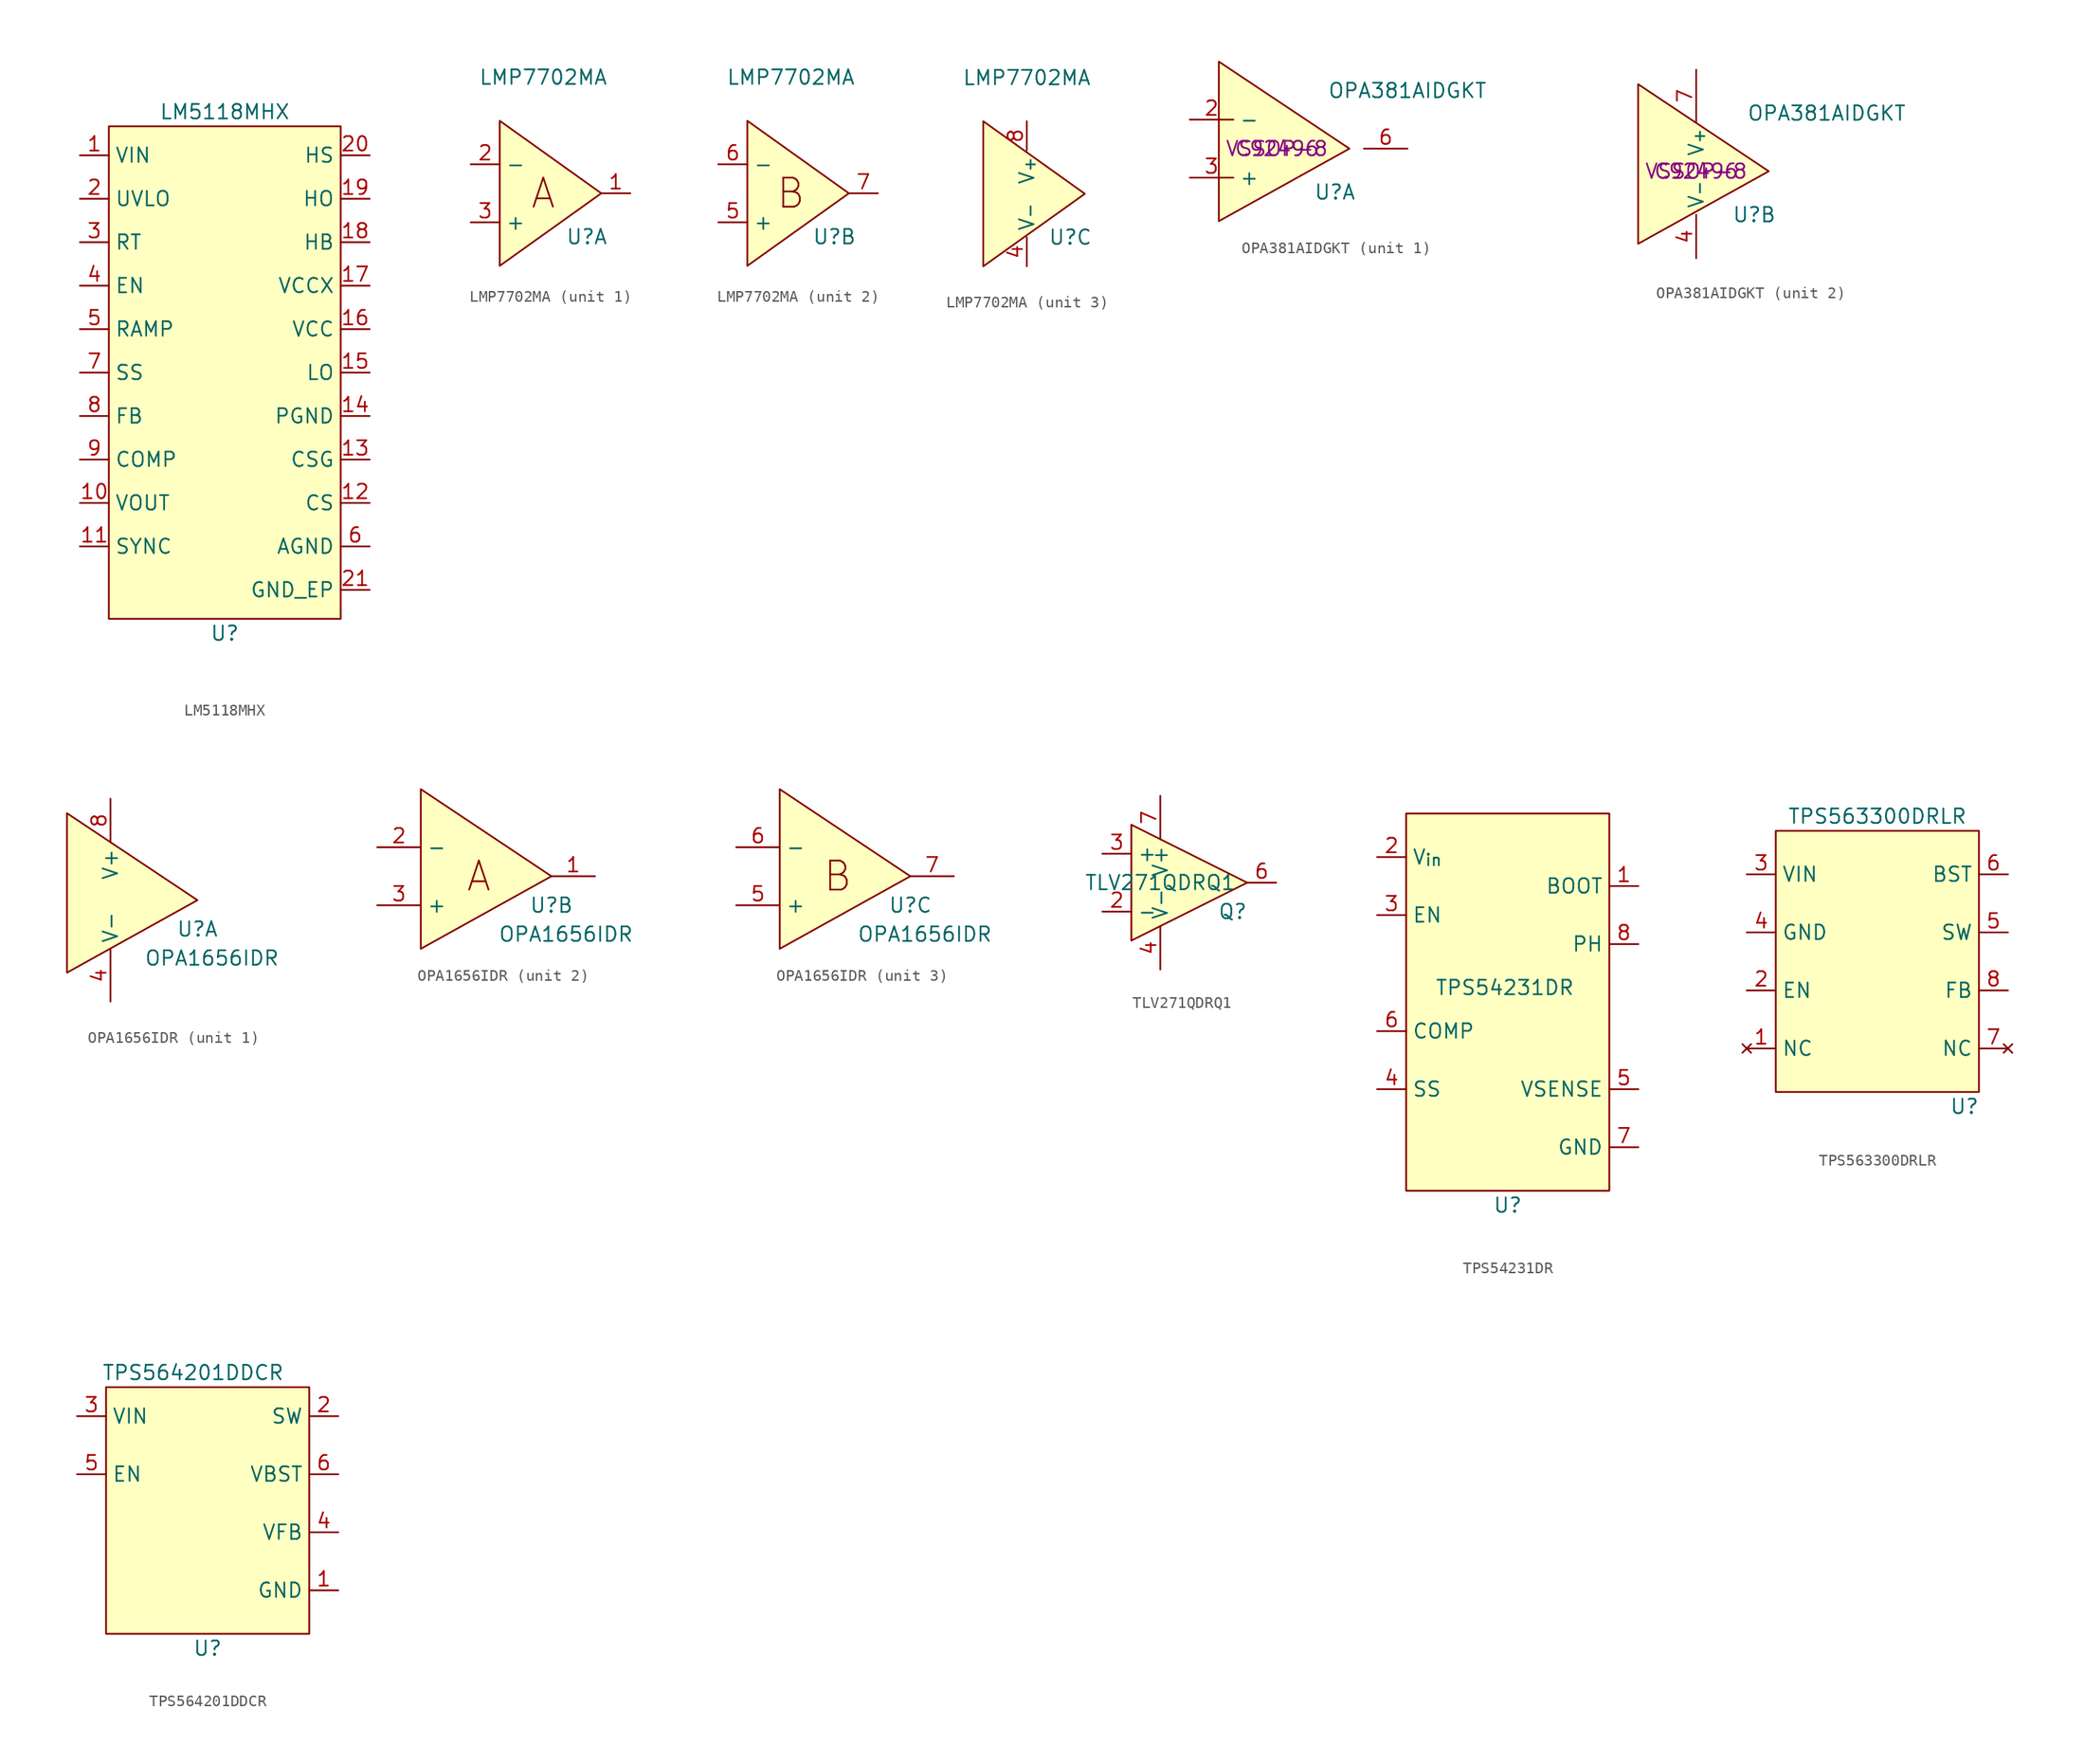
<source format=kicad_sym>
(kicad_symbol_lib
  (version 20241209)
  (generator "kicad_symbol_editor")
  (generator_version "9.0")
  (symbol "LM5118MHX"
    (property "Reference" "U"
      (at 0 -22.86 0)
      (effects (font (size 1.27 1.27))))
    (property "Value" "LM5118MHX"
      (at 0 22.86 0)
      (effects (font (size 1.27 1.27))))
    (symbol "LM5118MHX_1_0"
      (pin power_in line (at 12.7 -19.05 180) (length 2.54) (name "GND_EP" (effects (font (size 1.27 1.27)))) (number "21" (effects (font (size 1.27 1.27))))))
    (symbol "LM5118MHX_1_1"
      (rectangle (start -10.16 21.59) (end 10.16 -21.59) (stroke (width 0) (type default)) (fill (type background)))
      (pin power_in line (at -12.7 19.05 0) (length 2.54) (name "VIN" (effects (font (size 1.27 1.27)))) (number "1" (effects (font (size 1.27 1.27)))))
      (pin input line (at -12.7 15.24 0) (length 2.54) (name "UVLO" (effects (font (size 1.27 1.27)))) (number "2" (effects (font (size 1.27 1.27)))))
      (pin input line (at -12.7 11.43 0) (length 2.54) (name "RT" (effects (font (size 1.27 1.27)))) (number "3" (effects (font (size 1.27 1.27)))))
      (pin input line (at -12.7 7.62 0) (length 2.54) (name "EN" (effects (font (size 1.27 1.27)))) (number "4" (effects (font (size 1.27 1.27)))))
      (pin input line (at -12.7 3.81 0) (length 2.54) (name "RAMP" (effects (font (size 1.27 1.27)))) (number "5" (effects (font (size 1.27 1.27)))))
      (pin input line (at -12.7 0 0) (length 2.54) (name "SS" (effects (font (size 1.27 1.27)))) (number "7" (effects (font (size 1.27 1.27)))))
      (pin input line (at -12.7 -3.81 0) (length 2.54) (name "FB" (effects (font (size 1.27 1.27)))) (number "8" (effects (font (size 1.27 1.27)))))
      (pin output line (at -12.7 -7.62 0) (length 2.54) (name "COMP" (effects (font (size 1.27 1.27)))) (number "9" (effects (font (size 1.27 1.27)))))
      (pin input line (at -12.7 -11.43 0) (length 2.54) (name "VOUT" (effects (font (size 1.27 1.27)))) (number "10" (effects (font (size 1.27 1.27)))))
      (pin input line (at -12.7 -15.24 0) (length 2.54) (name "SYNC" (effects (font (size 1.27 1.27)))) (number "11" (effects (font (size 1.27 1.27)))))
      (pin input line (at 12.7 19.05 180) (length 2.54) (name "HS" (effects (font (size 1.27 1.27)))) (number "20" (effects (font (size 1.27 1.27)))))
      (pin output line (at 12.7 15.24 180) (length 2.54) (name "HO" (effects (font (size 1.27 1.27)))) (number "19" (effects (font (size 1.27 1.27)))))
      (pin input line (at 12.7 11.43 180) (length 2.54) (name "HB" (effects (font (size 1.27 1.27)))) (number "18" (effects (font (size 1.27 1.27)))))
      (pin power_in line (at 12.7 7.62 180) (length 2.54) (name "VCCX" (effects (font (size 1.27 1.27)))) (number "17" (effects (font (size 1.27 1.27)))))
      (pin power_in line (at 12.7 3.81 180) (length 2.54) (name "VCC" (effects (font (size 1.27 1.27)))) (number "16" (effects (font (size 1.27 1.27)))))
      (pin output line (at 12.7 0 180) (length 2.54) (name "LO" (effects (font (size 1.27 1.27)))) (number "15" (effects (font (size 1.27 1.27)))))
      (pin power_in line (at 12.7 -3.81 180) (length 2.54) (name "PGND" (effects (font (size 1.27 1.27)))) (number "14" (effects (font (size 1.27 1.27)))))
      (pin input line (at 12.7 -7.62 180) (length 2.54) (name "CSG" (effects (font (size 1.27 1.27)))) (number "13" (effects (font (size 1.27 1.27)))))
      (pin input line (at 12.7 -11.43 180) (length 2.54) (name "CS" (effects (font (size 1.27 1.27)))) (number "12" (effects (font (size 1.27 1.27)))))
      (pin power_in line (at 12.7 -15.24 180) (length 2.54) (name "AGND" (effects (font (size 1.27 1.27)))) (number "6" (effects (font (size 1.27 1.27)))))))
  (symbol "LMP7702MA"
    (property "Reference" "U"
      (at 3.81 -3.81 0)
      (effects (font (size 1.27 1.27))))
    (property "Value" "LMP7702MA"
      (at 0 10.16 0)
      (effects (font (size 1.27 1.27))))
    (property "ki_locked" ""
      (at 0 0 0)
      (effects (font (size 1.27 1.27))))
    (symbol "LMP7702MA_0_1"
      (polyline (pts (xy -3.81 6.35) (xy -3.81 -6.35) (xy 5.08 0) (xy -3.81 6.35)) (stroke (width 0) (type default)) (fill (type background))))
    (symbol "LMP7702MA_1_1"
      (text "A" (at 0 0 0) (effects (font (size 2.54 2.54))))
      (pin passive line (at -6.35 2.54 0) (length 2.54) (name "-" (effects (font (size 1.27 1.27)))) (number "2" (effects (font (size 1.27 1.27)))))
      (pin passive line (at -6.35 -2.54 0) (length 2.54) (name "+" (effects (font (size 1.27 1.27)))) (number "3" (effects (font (size 1.27 1.27)))))
      (pin passive line (at 7.62 0 180) (length 2.54) (name "" (effects (font (size 1.27 1.27)))) (number "1" (effects (font (size 1.27 1.27))))))
    (symbol "LMP7702MA_2_1"
      (text "B" (at 0 0 0) (effects (font (size 2.54 2.54))))
      (pin passive line (at -6.35 2.54 0) (length 2.54) (name "-" (effects (font (size 1.27 1.27)))) (number "6" (effects (font (size 1.27 1.27)))))
      (pin passive line (at -6.35 -2.54 0) (length 2.54) (name "+" (effects (font (size 1.27 1.27)))) (number "5" (effects (font (size 1.27 1.27)))))
      (pin passive line (at 7.62 0 180) (length 2.54) (name "" (effects (font (size 1.27 1.27)))) (number "7" (effects (font (size 1.27 1.27))))))
    (symbol "LMP7702MA_3_1"
      (pin power_in line (at 0 6.35 270) (length 2.54) (name "V_{+}" (effects (font (size 1.27 1.27)))) (number "8" (effects (font (size 1.27 1.27)))))
      (pin power_in line (at 0 -6.35 90) (length 2.54) (name "V_{-}" (effects (font (size 1.27 1.27)))) (number "4" (effects (font (size 1.27 1.27)))))))
  (symbol "OPA381AIDGKT"
    (property "Reference" "U"
      (at 5.08 -3.81 0)
      (effects (font (size 1.27 1.27))))
    (property "Value" "OPA381AIDGKT"
      (at 11.43 5.08 0)
      (effects (font (size 1.27 1.27))))
    (property "JLC_PCB" "C92496"
      (at 0 0 0)
      (effects (font (size 1.27 1.27))))
    (property "Package" "VSSOP-8"
      (at 0 0 0)
      (effects (font (size 1.27 1.27))))
    (property "ki_locked" ""
      (at 0 0 0)
      (effects (font (size 1.27 1.27))))
    (symbol "OPA381AIDGKT_0_1"
      (polyline (pts (xy -5.08 7.62) (xy 6.35 0) (xy -5.08 -6.35) (xy -5.08 7.62)) (stroke (width 0) (type default)) (fill (type background))))
    (symbol "OPA381AIDGKT_1_1"
      (pin passive line (at -7.62 2.54 0) (length 3.81) (name "-" (effects (font (size 1.27 1.27)))) (number "2" (effects (font (size 1.27 1.27)))))
      (pin passive line (at -7.62 -2.54 0) (length 3.81) (name "+" (effects (font (size 1.27 1.27)))) (number "3" (effects (font (size 1.27 1.27)))))
      (pin passive line (at 11.43 0 180) (length 3.81) (name "" (effects (font (size 1.27 1.27)))) (number "6" (effects (font (size 1.27 1.27))))))
    (symbol "OPA381AIDGKT_2_1"
      (pin no_connect line (at -8.89 3.81 0) (length 3.81) (hide yes) (name "NC" (effects (font (size 1.27 1.27)))) (number "1" (effects (font (size 1.27 1.27)))))
      (pin no_connect line (at -8.89 0 0) (length 3.81) (hide yes) (name "NC" (effects (font (size 1.27 1.27)))) (number "5" (effects (font (size 1.27 1.27)))))
      (pin no_connect line (at -8.89 -3.81 0) (length 3.81) (hide yes) (name "NC" (effects (font (size 1.27 1.27)))) (number "8" (effects (font (size 1.27 1.27)))))
      (pin passive line (at 0 8.89 270) (length 4.572) (name "V_{+}" (effects (font (size 1.27 1.27)))) (number "7" (effects (font (size 1.27 1.27)))))
      (pin passive line (at 0 -7.62 90) (length 3.81) (name "V_{-}" (effects (font (size 1.27 1.27)))) (number "4" (effects (font (size 1.27 1.27)))))))
  (symbol "OPA1656IDR"
    (property "Reference" "U"
      (at 7.62 -2.54 0)
      (effects (font (size 1.27 1.27))))
    (property "Value" "OPA1656IDR"
      (at 8.89 -5.08 0)
      (effects (font (size 1.27 1.27))))
    (symbol "OPA1656IDR_0_1"
      (polyline (pts (xy -3.81 7.62) (xy 7.62 0) (xy -3.81 -6.35) (xy -3.81 7.62)) (stroke (width 0) (type default)) (fill (type background))))
    (symbol "OPA1656IDR_1_1"
      (pin power_in line (at 0 8.89 270) (length 3.81) (name "V+" (effects (font (size 1.27 1.27)))) (number "8" (effects (font (size 1.27 1.27)))))
      (pin power_in line (at 0 -8.89 90) (length 4.572) (name "V-" (effects (font (size 1.27 1.27)))) (number "4" (effects (font (size 1.27 1.27))))))
    (symbol "OPA1656IDR_2_1"
      (text "A" (at 1.27 0 0) (effects (font (size 2.54 2.54))))
      (pin passive line (at -7.62 2.54 0) (length 3.81) (name "-" (effects (font (size 1.27 1.27)))) (number "2" (effects (font (size 1.27 1.27)))))
      (pin passive line (at -7.62 -2.54 0) (length 3.81) (name "+" (effects (font (size 1.27 1.27)))) (number "3" (effects (font (size 1.27 1.27)))))
      (pin passive line (at 11.43 0 180) (length 3.81) (name "" (effects (font (size 1.27 1.27)))) (number "1" (effects (font (size 1.27 1.27))))))
    (symbol "OPA1656IDR_3_1"
      (text "B" (at 1.27 0 0) (effects (font (size 2.54 2.54))))
      (pin passive line (at -7.62 2.54 0) (length 3.81) (name "-" (effects (font (size 1.27 1.27)))) (number "6" (effects (font (size 1.27 1.27)))))
      (pin passive line (at -7.62 -2.54 0) (length 3.81) (name "+" (effects (font (size 1.27 1.27)))) (number "5" (effects (font (size 1.27 1.27)))))
      (pin passive line (at 11.43 0 180) (length 3.81) (name "" (effects (font (size 1.27 1.27)))) (number "7" (effects (font (size 1.27 1.27)))))))
  (symbol "TLV271QDRQ1"
    (property "Reference" "Q"
      (at 6.35 -2.54 0)
      (effects (font (size 1.27 1.27))))
    (property "Value" "TLV271QDRQ1"
      (at 0 0 0)
      (effects (font (size 1.27 1.27))))
    (symbol "TLV271QDRQ1_0_1"
      (polyline (pts (xy -2.54 5.08) (xy -2.54 -5.08) (xy 7.62 0) (xy -2.54 5.08)) (stroke (width 0) (type default)) (fill (type background))))
    (symbol "TLV271QDRQ1_1_1"
      (pin input line (at -5.08 2.54 0) (length 2.54) (name "+" (effects (font (size 1.27 1.27)))) (number "3" (effects (font (size 1.27 1.27)))))
      (pin input line (at -5.08 -2.54 0) (length 2.54) (name "-" (effects (font (size 1.27 1.27)))) (number "2" (effects (font (size 1.27 1.27)))))
      (pin no_connect line (at -2.54 0 0) (length 3.81) (hide yes) (name "NC" (effects (font (size 1.27 1.27)))) (number "1" (effects (font (size 1.27 1.27)))))
      (pin power_in line (at 0 7.62 270) (length 3.81) (name "V+" (effects (font (size 1.27 1.27)))) (number "7" (effects (font (size 1.27 1.27)))))
      (pin power_in line (at 0 -7.62 90) (length 3.81) (name "V-" (effects (font (size 1.27 1.27)))) (number "4" (effects (font (size 1.27 1.27)))))
      (pin no_connect line (at 2.54 2.54 270) (length 3.81) (hide yes) (name "NC" (effects (font (size 1.27 1.27)))) (number "8" (effects (font (size 1.27 1.27)))))
      (pin no_connect line (at 2.54 -2.54 90) (length 3.81) (hide yes) (name "NC" (effects (font (size 1.27 1.27)))) (number "5" (effects (font (size 1.27 1.27)))))
      (pin output line (at 10.16 0 180) (length 2.54) (name "~" (effects (font (size 1.27 1.27)))) (number "6" (effects (font (size 1.27 1.27)))))))
  (symbol "TPS54231DR"
    (property "Reference" "U"
      (at 0 -19.05 0)
      (effects (font (size 1.27 1.27))))
    (property "Value" "TPS54231DR"
      (at -0.254 0 0)
      (effects (font (size 1.27 1.27))))
    (symbol "TPS54231DR_0_1"
      (rectangle (start -8.89 15.24) (end 8.89 -17.78) (stroke (width 0) (type default)) (fill (type background))))
    (symbol "TPS54231DR_1_1"
      (pin power_in line (at -11.43 11.43 0) (length 2.54) (name "V_{in}" (effects (font (size 1.27 1.27)))) (number "2" (effects (font (size 1.27 1.27)))))
      (pin input line (at -11.43 6.35 0) (length 2.54) (name "EN" (effects (font (size 1.27 1.27)))) (number "3" (effects (font (size 1.27 1.27)))))
      (pin passive line (at -11.43 -3.81 0) (length 2.54) (name "COMP" (effects (font (size 1.27 1.27)))) (number "6" (effects (font (size 1.27 1.27)))))
      (pin passive line (at -11.43 -8.89 0) (length 2.54) (name "SS" (effects (font (size 1.27 1.27)))) (number "4" (effects (font (size 1.27 1.27)))))
      (pin input line (at 11.43 8.89 180) (length 2.54) (name "BOOT" (effects (font (size 1.27 1.27)))) (number "1" (effects (font (size 1.27 1.27)))))
      (pin passive line (at 11.43 3.81 180) (length 2.54) (name "PH" (effects (font (size 1.27 1.27)))) (number "8" (effects (font (size 1.27 1.27)))))
      (pin input line (at 11.43 -8.89 180) (length 2.54) (name "VSENSE" (effects (font (size 1.27 1.27)))) (number "5" (effects (font (size 1.27 1.27)))))
      (pin power_in line (at 11.43 -13.97 180) (length 2.54) (name "GND" (effects (font (size 1.27 1.27)))) (number "7" (effects (font (size 1.27 1.27)))))))
  (symbol "TPS563300DRLR"
    (property "Reference" "U"
      (at 7.62 -12.7 0)
      (effects (font (size 1.27 1.27))))
    (property "Value" "TPS563300DRLR"
      (at 0 12.7 0)
      (effects (font (size 1.27 1.27))))
    (symbol "TPS563300DRLR_1_1"
      (rectangle (start -8.89 11.43) (end 8.89 -11.43) (stroke (width 0) (type default)) (fill (type background)))
      (pin power_in line (at -11.43 7.62 0) (length 2.54) (name "VIN" (effects (font (size 1.27 1.27)))) (number "3" (effects (font (size 1.27 1.27)))))
      (pin power_in line (at -11.43 2.54 0) (length 2.54) (name "GND" (effects (font (size 1.27 1.27)))) (number "4" (effects (font (size 1.27 1.27)))))
      (pin passive line (at -11.43 -2.54 0) (length 2.54) (name "EN" (effects (font (size 1.27 1.27)))) (number "2" (effects (font (size 1.27 1.27)))))
      (pin no_connect line (at -11.43 -7.62 0) (length 2.54) (name "NC" (effects (font (size 1.27 1.27)))) (number "1" (effects (font (size 1.27 1.27)))))
      (pin passive line (at 11.43 7.62 180) (length 2.54) (name "BST" (effects (font (size 1.27 1.27)))) (number "6" (effects (font (size 1.27 1.27)))))
      (pin passive line (at 11.43 2.54 180) (length 2.54) (name "SW" (effects (font (size 1.27 1.27)))) (number "5" (effects (font (size 1.27 1.27)))))
      (pin input line (at 11.43 -2.54 180) (length 2.54) (name "FB" (effects (font (size 1.27 1.27)))) (number "8" (effects (font (size 1.27 1.27)))))
      (pin no_connect line (at 11.43 -7.62 180) (length 2.54) (name "NC" (effects (font (size 1.27 1.27)))) (number "7" (effects (font (size 1.27 1.27)))))))
  (symbol "TPS564201DDCR"
    (property "Reference" "U"
      (at 0 -10.16 0)
      (effects (font (size 1.27 1.27))))
    (property "Value" "TPS564201DDCR"
      (at -1.27 13.97 0)
      (effects (font (size 1.27 1.27))))
    (symbol "TPS564201DDCR_1_1"
      (rectangle (start -8.89 12.7) (end 8.89 -8.89) (stroke (width 0) (type default)) (fill (type background)))
      (pin power_in line (at -11.43 10.16 0) (length 2.54) (name "VIN" (effects (font (size 1.27 1.27)))) (number "3" (effects (font (size 1.27 1.27)))))
      (pin power_in line (at -11.43 5.08 0) (length 2.54) (name "EN" (effects (font (size 1.27 1.27)))) (number "5" (effects (font (size 1.27 1.27)))))
      (pin passive line (at 11.43 10.16 180) (length 2.54) (name "SW" (effects (font (size 1.27 1.27)))) (number "2" (effects (font (size 1.27 1.27)))))
      (pin passive line (at 11.43 5.08 180) (length 2.54) (name "VBST" (effects (font (size 1.27 1.27)))) (number "6" (effects (font (size 1.27 1.27)))))
      (pin passive line (at 11.43 0 180) (length 2.54) (name "VFB" (effects (font (size 1.27 1.27)))) (number "4" (effects (font (size 1.27 1.27)))))
      (pin passive line (at 11.43 -5.08 180) (length 2.54) (name "GND" (effects (font (size 1.27 1.27)))) (number "1" (effects (font (size 1.27 1.27))))))))
</source>
